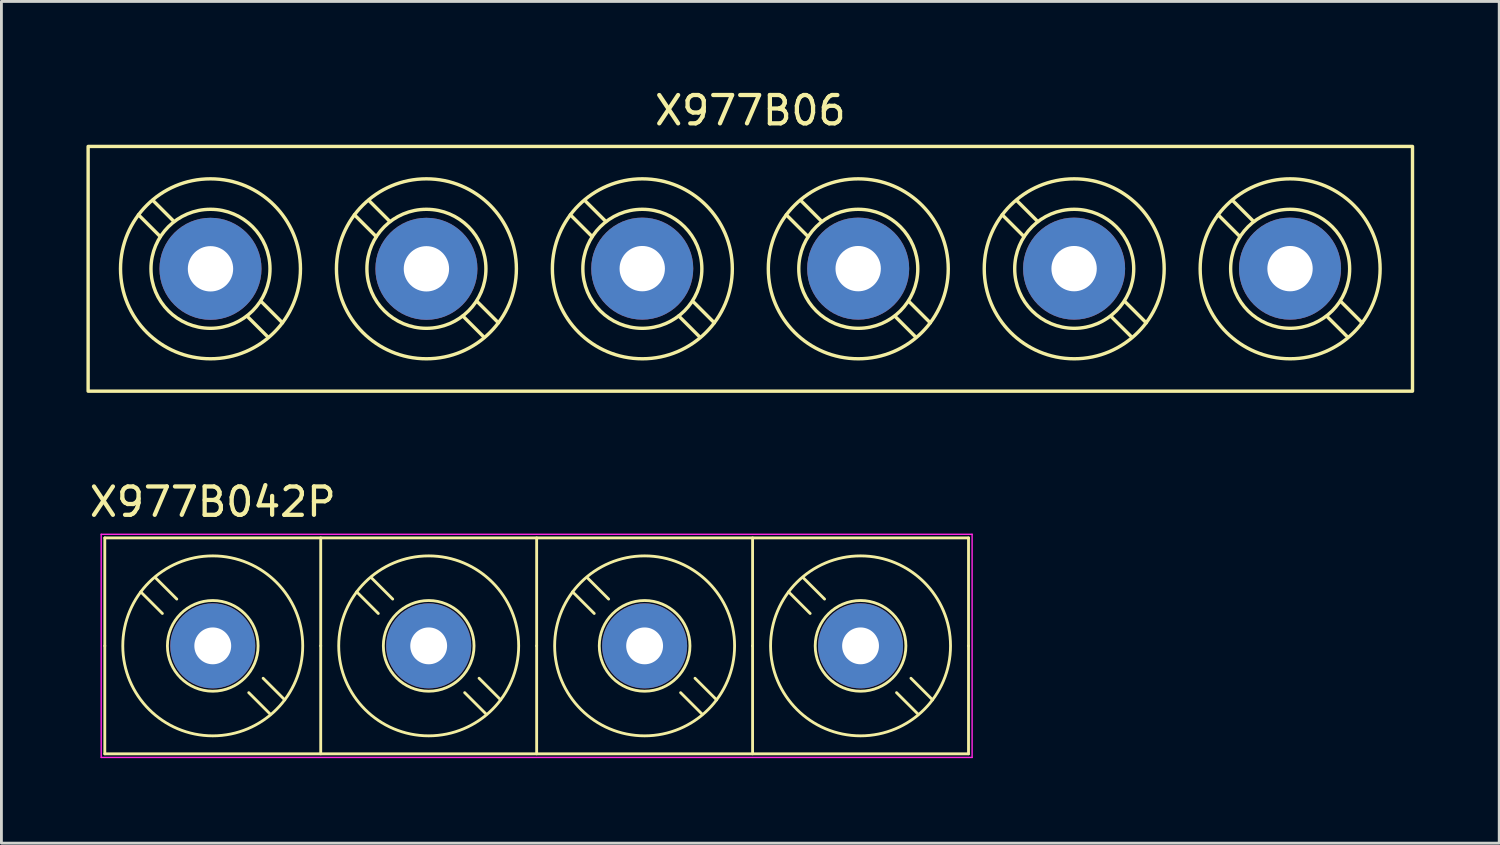
<source format=kicad_pcb>
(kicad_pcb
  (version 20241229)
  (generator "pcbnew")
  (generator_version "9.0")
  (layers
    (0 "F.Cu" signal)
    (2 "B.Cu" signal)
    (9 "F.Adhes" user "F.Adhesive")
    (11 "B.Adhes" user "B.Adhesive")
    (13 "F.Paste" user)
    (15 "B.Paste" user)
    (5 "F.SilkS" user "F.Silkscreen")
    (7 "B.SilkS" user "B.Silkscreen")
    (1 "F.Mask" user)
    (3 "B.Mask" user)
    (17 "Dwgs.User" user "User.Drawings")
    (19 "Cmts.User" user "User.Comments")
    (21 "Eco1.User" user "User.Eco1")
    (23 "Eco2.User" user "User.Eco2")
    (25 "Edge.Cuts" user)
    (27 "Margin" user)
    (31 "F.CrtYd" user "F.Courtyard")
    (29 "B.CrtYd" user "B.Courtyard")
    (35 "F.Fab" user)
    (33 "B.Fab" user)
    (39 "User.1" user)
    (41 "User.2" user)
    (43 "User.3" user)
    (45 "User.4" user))
  (footprint "X977B06"
    (layer "F.Cu")
    (at 23.428 6.436)
    (property "Reference" "X977B06" (at 0 -5.588 0) (layer "F.SilkS") (effects (font (size 1 1) (thickness 0.15))))
    (attr through_hole)
    (fp_line (start -21.59 -1.905) (end -20.828 -1.143) (stroke (width 0.12) (type solid)) (layer "F.SilkS"))
    (fp_line (start -21.082 -2.413) (end -20.355 -1.686) (stroke (width 0.12) (type solid)) (layer "F.SilkS"))
    (fp_line (start -17.756 1.675) (end -17.018 2.413) (stroke (width 0.12) (type solid)) (layer "F.SilkS"))
    (fp_line (start -17.272 1.143) (end -16.51 1.905) (stroke (width 0.12) (type solid)) (layer "F.SilkS"))
    (fp_line (start -13.97 -1.905) (end -13.208 -1.143) (stroke (width 0.12) (type solid)) (layer "F.SilkS"))
    (fp_line (start -13.462 -2.413) (end -12.722 -1.673) (stroke (width 0.12) (type solid)) (layer "F.SilkS"))
    (fp_line (start -10.144 1.667) (end -9.398 2.413) (stroke (width 0.12) (type solid)) (layer "F.SilkS"))
    (fp_line (start -9.652 1.143) (end -8.89 1.905) (stroke (width 0.12) (type solid)) (layer "F.SilkS"))
    (fp_line (start -6.35 -1.905) (end -5.588 -1.143) (stroke (width 0.12) (type solid)) (layer "F.SilkS"))
    (fp_line (start -5.842 -2.413) (end -5.1 -1.671) (stroke (width 0.12) (type solid)) (layer "F.SilkS"))
    (fp_line (start -2.524 1.667) (end -1.778 2.413) (stroke (width 0.12) (type solid)) (layer "F.SilkS"))
    (fp_line (start -2.032 1.143) (end -1.27 1.905) (stroke (width 0.12) (type solid)) (layer "F.SilkS"))
    (fp_line (start 1.27 -1.905) (end 2.032 -1.143) (stroke (width 0.12) (type solid)) (layer "F.SilkS"))
    (fp_line (start 1.778 -2.413) (end 2.507 -1.684) (stroke (width 0.12) (type solid)) (layer "F.SilkS"))
    (fp_line (start 5.103 1.674) (end 5.842 2.413) (stroke (width 0.12) (type solid)) (layer "F.SilkS"))
    (fp_line (start 5.588 1.143) (end 6.35 1.905) (stroke (width 0.12) (type solid)) (layer "F.SilkS"))
    (fp_line (start 8.89 -1.905) (end 9.652 -1.143) (stroke (width 0.12) (type solid)) (layer "F.SilkS"))
    (fp_line (start 9.398 -2.413) (end 10.125 -1.686) (stroke (width 0.12) (type solid)) (layer "F.SilkS"))
    (fp_line (start 12.724 1.675) (end 13.462 2.413) (stroke (width 0.12) (type solid)) (layer "F.SilkS"))
    (fp_line (start 13.208 1.143) (end 13.97 1.905) (stroke (width 0.12) (type solid)) (layer "F.SilkS"))
    (fp_line (start 16.51 -1.905) (end 17.272 -1.143) (stroke (width 0.12) (type solid)) (layer "F.SilkS"))
    (fp_line (start 17.018 -2.413) (end 17.745 -1.686) (stroke (width 0.12) (type solid)) (layer "F.SilkS"))
    (fp_line (start 20.344 1.675) (end 21.082 2.413) (stroke (width 0.12) (type solid)) (layer "F.SilkS"))
    (fp_line (start 20.828 1.143) (end 21.59 1.905) (stroke (width 0.12) (type solid)) (layer "F.SilkS"))
    (fp_rect (start -23.368 -4.318) (end 23.368 4.318) (stroke (width 0.12) (type solid)) (fill no) (layer "F.SilkS"))
    (fp_circle (center -19.05 0) (end -17.145 2.54) (stroke (width 0.12) (type solid)) (fill no) (layer "F.SilkS"))
    (fp_circle (center -19.05 0) (end -16.95 0) (stroke (width 0.12) (type solid)) (fill no) (layer "F.SilkS"))
    (fp_circle (center -11.43 0) (end -9.525 2.54) (stroke (width 0.12) (type solid)) (fill no) (layer "F.SilkS"))
    (fp_circle (center -11.43 0) (end -9.33 0) (stroke (width 0.12) (type solid)) (fill no) (layer "F.SilkS"))
    (fp_circle (center -3.81 0) (end -1.905 2.54) (stroke (width 0.12) (type solid)) (fill no) (layer "F.SilkS"))
    (fp_circle (center -3.81 0) (end -1.71 0) (stroke (width 0.12) (type solid)) (fill no) (layer "F.SilkS"))
    (fp_circle (center 3.81 0) (end 5.715 2.54) (stroke (width 0.12) (type solid)) (fill no) (layer "F.SilkS"))
    (fp_circle (center 3.81 0) (end 5.91 0) (stroke (width 0.12) (type solid)) (fill no) (layer "F.SilkS"))
    (fp_circle (center 11.43 0) (end 13.335 2.54) (stroke (width 0.12) (type solid)) (fill no) (layer "F.SilkS"))
    (fp_circle (center 11.43 0) (end 13.53 0) (stroke (width 0.12) (type solid)) (fill no) (layer "F.SilkS"))
    (fp_circle (center 19.05 0) (end 20.955 2.54) (stroke (width 0.12) (type solid)) (fill no) (layer "F.SilkS"))
    (fp_circle (center 19.05 0) (end 21.15 0) (stroke (width 0.12) (type solid)) (fill no) (layer "F.SilkS"))
    (pad "1" thru_hole circle (at -19.05 0) (size 3.6 3.6) (drill 1.6) (layers "*.Cu" "*.Mask"))
    (pad "2" thru_hole circle (at -11.43 0) (size 3.6 3.6) (drill 1.6) (layers "*.Cu" "*.Mask"))
    (pad "3" thru_hole circle (at -3.814 -0.006) (size 3.6 3.6) (drill 1.6) (layers "*.Cu" "*.Mask"))
    (pad "4" thru_hole circle (at 3.806 -0.006) (size 3.6 3.6) (drill 1.6) (layers "*.Cu" "*.Mask"))
    (pad "5" thru_hole circle (at 11.426 -0.006) (size 3.6 3.6) (drill 1.6) (layers "*.Cu" "*.Mask"))
    (pad "6" thru_hole circle (at 19.046 -0.006) (size 3.6 3.6) (drill 1.6) (layers "*.Cu" "*.Mask")))
  (footprint "X977B042P"
    (layer "F.Cu")
    (at 4.458 19.742)
    (property "Reference" "X977B042P" (at 0 -5.08 0) (layer "F.SilkS") (effects (font (size 1 1) (thickness 0.15))))
    (attr through_hole)
    (fp_line (start -3.81 -3.81) (end 26.67 -3.81) (stroke (width 0.1) (type default)) (layer "F.SilkS"))
    (fp_line (start -3.81 0) (end -3.81 -3.81) (stroke (width 0.1) (type default)) (layer "F.SilkS"))
    (fp_line (start -3.81 3.81) (end -3.81 0) (stroke (width 0.1) (type default)) (layer "F.SilkS"))
    (fp_line (start -3.81 3.81) (end 26.67 3.81) (stroke (width 0.1) (type default)) (layer "F.SilkS"))
    (fp_line (start -2.54 -1.905) (end -1.778 -1.143) (stroke (width 0.1) (type default)) (layer "F.SilkS"))
    (fp_line (start -2.032 -2.413) (end -1.27 -1.651) (stroke (width 0.1) (type default)) (layer "F.SilkS"))
    (fp_line (start 1.27 1.651) (end 2.032 2.413) (stroke (width 0.1) (type default)) (layer "F.SilkS"))
    (fp_line (start 1.778 1.143) (end 2.54 1.905) (stroke (width 0.1) (type default)) (layer "F.SilkS"))
    (fp_line (start 3.81 0) (end 3.81 -3.81) (stroke (width 0.1) (type default)) (layer "F.SilkS"))
    (fp_line (start 3.81 3.81) (end 3.81 0) (stroke (width 0.1) (type default)) (layer "F.SilkS"))
    (fp_line (start 5.08 -1.905) (end 5.842 -1.143) (stroke (width 0.1) (type default)) (layer "F.SilkS"))
    (fp_line (start 5.588 -2.413) (end 6.35 -1.651) (stroke (width 0.1) (type default)) (layer "F.SilkS"))
    (fp_line (start 8.89 1.651) (end 9.652 2.413) (stroke (width 0.1) (type default)) (layer "F.SilkS"))
    (fp_line (start 9.398 1.143) (end 10.16 1.905) (stroke (width 0.1) (type default)) (layer "F.SilkS"))
    (fp_line (start 11.43 0) (end 11.43 -3.81) (stroke (width 0.1) (type default)) (layer "F.SilkS"))
    (fp_line (start 11.43 3.81) (end 11.43 0) (stroke (width 0.1) (type default)) (layer "F.SilkS"))
    (fp_line (start 12.7 -1.905) (end 13.462 -1.143) (stroke (width 0.1) (type default)) (layer "F.SilkS"))
    (fp_line (start 13.208 -2.413) (end 13.97 -1.651) (stroke (width 0.1) (type default)) (layer "F.SilkS"))
    (fp_line (start 16.51 1.651) (end 17.272 2.413) (stroke (width 0.1) (type default)) (layer "F.SilkS"))
    (fp_line (start 17.018 1.143) (end 17.78 1.905) (stroke (width 0.1) (type default)) (layer "F.SilkS"))
    (fp_line (start 19.05 0) (end 19.05 -3.81) (stroke (width 0.1) (type default)) (layer "F.SilkS"))
    (fp_line (start 19.05 3.81) (end 19.05 0) (stroke (width 0.1) (type default)) (layer "F.SilkS"))
    (fp_line (start 20.32 -1.905) (end 21.082 -1.143) (stroke (width 0.1) (type default)) (layer "F.SilkS"))
    (fp_line (start 20.828 -2.413) (end 21.59 -1.651) (stroke (width 0.1) (type default)) (layer "F.SilkS"))
    (fp_line (start 24.13 1.651) (end 24.892 2.413) (stroke (width 0.1) (type default)) (layer "F.SilkS"))
    (fp_line (start 24.638 1.143) (end 25.4 1.905) (stroke (width 0.1) (type default)) (layer "F.SilkS"))
    (fp_line (start 26.67 0) (end 26.67 -3.81) (stroke (width 0.1) (type default)) (layer "F.SilkS"))
    (fp_line (start 26.67 3.81) (end 26.67 0) (stroke (width 0.1) (type default)) (layer "F.SilkS"))
    (fp_circle (center 0 0) (end 1.6 0) (stroke (width 0.1) (type default)) (fill no) (layer "F.SilkS"))
    (fp_circle (center 0 0) (end 1.905 2.54) (stroke (width 0.1) (type default)) (fill no) (layer "F.SilkS"))
    (fp_circle (center 7.62 0) (end 9.22 0) (stroke (width 0.1) (type default)) (fill no) (layer "F.SilkS"))
    (fp_circle (center 7.62 0) (end 9.525 2.54) (stroke (width 0.1) (type default)) (fill no) (layer "F.SilkS"))
    (fp_circle (center 15.24 0) (end 16.84 0) (stroke (width 0.1) (type default)) (fill no) (layer "F.SilkS"))
    (fp_circle (center 15.24 0) (end 17.145 2.54) (stroke (width 0.1) (type default)) (fill no) (layer "F.SilkS"))
    (fp_circle (center 22.86 0) (end 24.46 0) (stroke (width 0.1) (type default)) (fill no) (layer "F.SilkS"))
    (fp_circle (center 22.86 0) (end 24.765 2.54) (stroke (width 0.1) (type default)) (fill no) (layer "F.SilkS"))
    (fp_line (start -3.937 -3.937) (end 26.797 -3.937) (stroke (width 0.05) (type default)) (layer "F.CrtYd"))
    (fp_line (start -3.937 3.937) (end -3.937 -3.937) (stroke (width 0.05) (type default)) (layer "F.CrtYd"))
    (fp_line (start 26.797 -3.937) (end 26.797 3.937) (stroke (width 0.05) (type default)) (layer "F.CrtYd"))
    (fp_line (start 26.797 3.937) (end -3.937 3.937) (stroke (width 0.05) (type default)) (layer "F.CrtYd"))
    (pad "1" thru_hole circle (at 0 0) (size 3 3) (drill 1.3) (layers "*.Cu" "*.Mask"))
    (pad "1" thru_hole circle (at 7.62 0) (size 3 3) (drill 1.3) (layers "*.Cu" "*.Mask"))
    (pad "2" thru_hole circle (at 15.24 0) (size 3 3) (drill 1.3) (layers "*.Cu" "*.Mask"))
    (pad "2" thru_hole circle (at 22.86 0) (size 3 3) (drill 1.3) (layers "*.Cu" "*.Mask")))
  (gr_rect
    (start -3 -3)
    (end 49.856 26.704)
    (stroke (width 0.1) (type default))
    (fill no)
    (layer "Edge.Cuts")))
</source>
